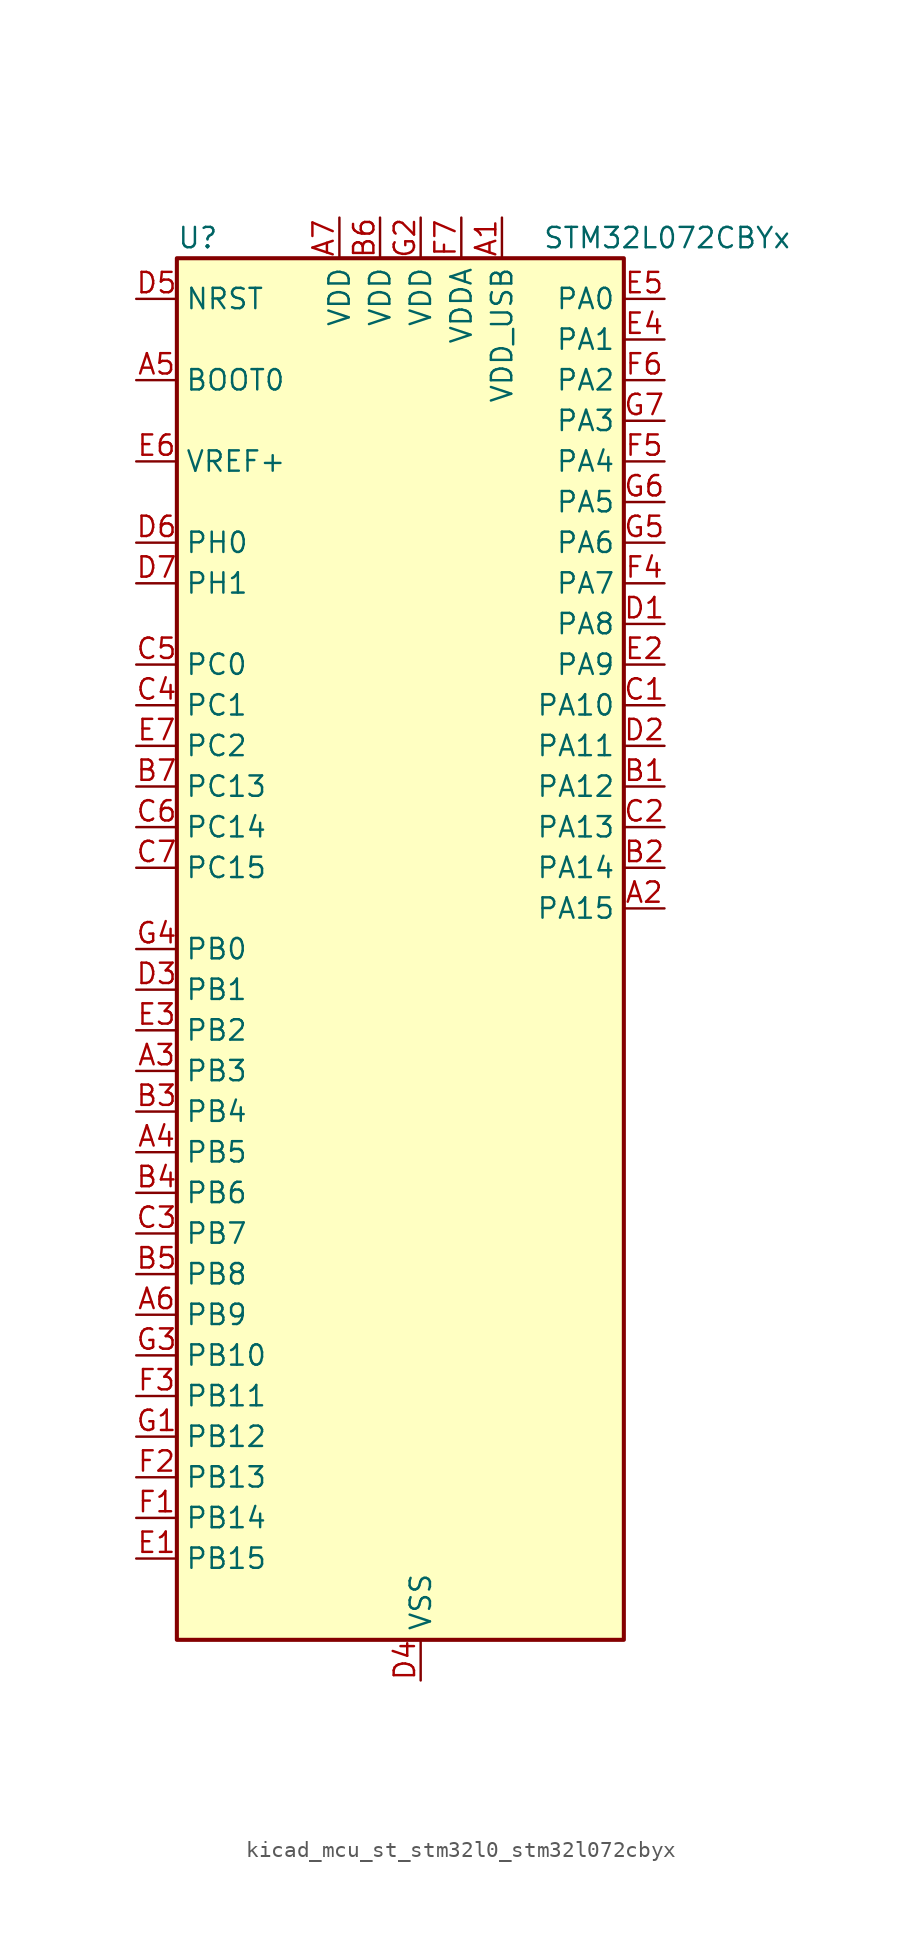
<source format=kicad_sym>
(kicad_symbol_lib
  (version 20220914)
  (generator kicad_symbol_editor)
  (symbol "kicad_mcu_st_stm32l0_stm32l072cbyx"
    (property "Reference" "U"
      (at -12.7 44.45 0)
      (effects (font (size 1.27 1.27)) (justify left)))
    (property "Value" "STM32L072CBYx"
      (at 10.16 44.45 0)
      (effects (font (size 1.27 1.27)) (justify left)))
    (property "ki_locked" ""
      (at 0 0 0)
      (effects (font (size 1.27 1.27))))
    (symbol "kicad_mcu_st_stm32l0_stm32l072cbyx_0_1"
      (rectangle (start -12.7 -43.18) (end 15.24 43.18) (stroke (width 0.254) (type default)) (fill (type background))))
    (symbol "kicad_mcu_st_stm32l0_stm32l072cbyx_1_1"
      (pin power_in line (at 7.62 45.72 270) (length 2.54) (name "VDD_USB" (effects (font (size 1.27 1.27)))) (number "A1" (effects (font (size 1.27 1.27)))))
      (pin bidirectional line (at 17.78 2.54 180) (length 2.54) (name "PA15" (effects (font (size 1.27 1.27)))) (number "A2" (effects (font (size 1.27 1.27)))) (alternate "SPI1_NSS" bidirectional line) (alternate "TIM2_CH1" bidirectional line) (alternate "TIM2_ETR" bidirectional line) (alternate "USART2_RX" bidirectional line) (alternate "USART4_DE" bidirectional line) (alternate "USART4_RTS" bidirectional line))
      (pin bidirectional line (at -15.24 -7.62 0) (length 2.54) (name "PB3" (effects (font (size 1.27 1.27)))) (number "A3" (effects (font (size 1.27 1.27)))) (alternate "COMP2_INM" bidirectional line) (alternate "SPI1_SCK" bidirectional line) (alternate "TIM2_CH2" bidirectional line) (alternate "TSC_G5_IO1" bidirectional line) (alternate "USART1_DE" bidirectional line) (alternate "USART1_RTS" bidirectional line) (alternate "USART5_TX" bidirectional line))
      (pin bidirectional line (at -15.24 -12.7 0) (length 2.54) (name "PB5" (effects (font (size 1.27 1.27)))) (number "A4" (effects (font (size 1.27 1.27)))) (alternate "COMP2_INP" bidirectional line) (alternate "I2C1_SMBA" bidirectional line) (alternate "LPTIM1_IN1" bidirectional line) (alternate "SPI1_MOSI" bidirectional line) (alternate "TIM22_CH2" bidirectional line) (alternate "TIM3_CH2" bidirectional line) (alternate "USART1_CK" bidirectional line) (alternate "USART5_CK" bidirectional line) (alternate "USART5_DE" bidirectional line) (alternate "USART5_RTS" bidirectional line))
      (pin input line (at -15.24 35.56 0) (length 2.54) (name "BOOT0" (effects (font (size 1.27 1.27)))) (number "A5" (effects (font (size 1.27 1.27)))))
      (pin bidirectional line (at -15.24 -22.86 0) (length 2.54) (name "PB9" (effects (font (size 1.27 1.27)))) (number "A6" (effects (font (size 1.27 1.27)))) (alternate "DAC_EXTI9" bidirectional line) (alternate "I2C1_SDA" bidirectional line) (alternate "I2S2_WS" bidirectional line) (alternate "SPI2_NSS" bidirectional line))
      (pin power_in line (at -2.54 45.72 270) (length 2.54) (name "VDD" (effects (font (size 1.27 1.27)))) (number "A7" (effects (font (size 1.27 1.27)))))
      (pin bidirectional line (at 17.78 10.16 180) (length 2.54) (name "PA12" (effects (font (size 1.27 1.27)))) (number "B1" (effects (font (size 1.27 1.27)))) (alternate "COMP2_OUT" bidirectional line) (alternate "SPI1_MOSI" bidirectional line) (alternate "TSC_G4_IO4" bidirectional line) (alternate "USART1_DE" bidirectional line) (alternate "USART1_RTS" bidirectional line) (alternate "USB_DP" bidirectional line))
      (pin bidirectional line (at 17.78 5.08 180) (length 2.54) (name "PA14" (effects (font (size 1.27 1.27)))) (number "B2" (effects (font (size 1.27 1.27)))) (alternate "LPUART1_TX" bidirectional line) (alternate "SYS_SWCLK" bidirectional line) (alternate "USART2_TX" bidirectional line))
      (pin bidirectional line (at -15.24 -10.16 0) (length 2.54) (name "PB4" (effects (font (size 1.27 1.27)))) (number "B3" (effects (font (size 1.27 1.27)))) (alternate "COMP2_INP" bidirectional line) (alternate "I2C3_SDA" bidirectional line) (alternate "SPI1_MISO" bidirectional line) (alternate "TIM22_CH1" bidirectional line) (alternate "TIM3_CH1" bidirectional line) (alternate "TSC_G5_IO2" bidirectional line) (alternate "USART1_CTS" bidirectional line) (alternate "USART5_RX" bidirectional line))
      (pin bidirectional line (at -15.24 -15.24 0) (length 2.54) (name "PB6" (effects (font (size 1.27 1.27)))) (number "B4" (effects (font (size 1.27 1.27)))) (alternate "COMP2_INP" bidirectional line) (alternate "I2C1_SCL" bidirectional line) (alternate "LPTIM1_ETR" bidirectional line) (alternate "TSC_G5_IO3" bidirectional line) (alternate "USART1_TX" bidirectional line))
      (pin bidirectional line (at -15.24 -20.32 0) (length 2.54) (name "PB8" (effects (font (size 1.27 1.27)))) (number "B5" (effects (font (size 1.27 1.27)))) (alternate "I2C1_SCL" bidirectional line) (alternate "TSC_SYNC" bidirectional line))
      (pin power_in line (at 0 45.72 270) (length 2.54) (name "VDD" (effects (font (size 1.27 1.27)))) (number "B6" (effects (font (size 1.27 1.27)))))
      (pin bidirectional line (at -15.24 10.16 0) (length 2.54) (name "PC13" (effects (font (size 1.27 1.27)))) (number "B7" (effects (font (size 1.27 1.27)))) (alternate "RTC_OUT_ALARM" bidirectional line) (alternate "RTC_OUT_CALIB" bidirectional line) (alternate "RTC_TAMP1" bidirectional line) (alternate "RTC_TS" bidirectional line) (alternate "SYS_WKUP2" bidirectional line))
      (pin bidirectional line (at 17.78 15.24 180) (length 2.54) (name "PA10" (effects (font (size 1.27 1.27)))) (number "C1" (effects (font (size 1.27 1.27)))) (alternate "I2C1_SDA" bidirectional line) (alternate "TSC_G4_IO2" bidirectional line) (alternate "USART1_RX" bidirectional line))
      (pin bidirectional line (at 17.78 7.62 180) (length 2.54) (name "PA13" (effects (font (size 1.27 1.27)))) (number "C2" (effects (font (size 1.27 1.27)))) (alternate "LPUART1_RX" bidirectional line) (alternate "SYS_SWDIO" bidirectional line) (alternate "USB_NOE" bidirectional line))
      (pin bidirectional line (at -15.24 -17.78 0) (length 2.54) (name "PB7" (effects (font (size 1.27 1.27)))) (number "C3" (effects (font (size 1.27 1.27)))) (alternate "COMP2_INP" bidirectional line) (alternate "I2C1_SDA" bidirectional line) (alternate "LPTIM1_IN2" bidirectional line) (alternate "SYS_PVD_IN" bidirectional line) (alternate "TSC_G5_IO4" bidirectional line) (alternate "USART1_RX" bidirectional line) (alternate "USART4_CTS" bidirectional line))
      (pin bidirectional line (at -15.24 15.24 0) (length 2.54) (name "PC1" (effects (font (size 1.27 1.27)))) (number "C4" (effects (font (size 1.27 1.27)))) (alternate "ADC_IN11" bidirectional line) (alternate "I2C3_SDA" bidirectional line) (alternate "LPTIM1_OUT" bidirectional line) (alternate "LPUART1_TX" bidirectional line) (alternate "TSC_G7_IO2" bidirectional line))
      (pin bidirectional line (at -15.24 17.78 0) (length 2.54) (name "PC0" (effects (font (size 1.27 1.27)))) (number "C5" (effects (font (size 1.27 1.27)))) (alternate "ADC_IN10" bidirectional line) (alternate "I2C3_SCL" bidirectional line) (alternate "LPTIM1_IN1" bidirectional line) (alternate "LPUART1_RX" bidirectional line) (alternate "TSC_G7_IO1" bidirectional line))
      (pin bidirectional line (at -15.24 7.62 0) (length 2.54) (name "PC14" (effects (font (size 1.27 1.27)))) (number "C6" (effects (font (size 1.27 1.27)))) (alternate "RCC_OSC32_IN" bidirectional line))
      (pin bidirectional line (at -15.24 5.08 0) (length 2.54) (name "PC15" (effects (font (size 1.27 1.27)))) (number "C7" (effects (font (size 1.27 1.27)))) (alternate "RCC_OSC32_OUT" bidirectional line))
      (pin bidirectional line (at 17.78 20.32 180) (length 2.54) (name "PA8" (effects (font (size 1.27 1.27)))) (number "D1" (effects (font (size 1.27 1.27)))) (alternate "CRS_SYNC" bidirectional line) (alternate "I2C3_SCL" bidirectional line) (alternate "RCC_MCO" bidirectional line) (alternate "USART1_CK" bidirectional line))
      (pin bidirectional line (at 17.78 12.7 180) (length 2.54) (name "PA11" (effects (font (size 1.27 1.27)))) (number "D2" (effects (font (size 1.27 1.27)))) (alternate "ADC_EXTI11" bidirectional line) (alternate "COMP1_OUT" bidirectional line) (alternate "SPI1_MISO" bidirectional line) (alternate "TSC_G4_IO3" bidirectional line) (alternate "USART1_CTS" bidirectional line) (alternate "USB_DM" bidirectional line))
      (pin bidirectional line (at -15.24 -2.54 0) (length 2.54) (name "PB1" (effects (font (size 1.27 1.27)))) (number "D3" (effects (font (size 1.27 1.27)))) (alternate "ADC_IN9" bidirectional line) (alternate "LPUART1_DE" bidirectional line) (alternate "LPUART1_RTS" bidirectional line) (alternate "SYS_VREF_OUT_PB1" bidirectional line) (alternate "TIM3_CH4" bidirectional line) (alternate "TSC_G3_IO3" bidirectional line))
      (pin power_in line (at 2.54 -45.72 90) (length 2.54) (name "VSS" (effects (font (size 1.27 1.27)))) (number "D4" (effects (font (size 1.27 1.27)))))
      (pin input line (at -15.24 40.64 0) (length 2.54) (name "NRST" (effects (font (size 1.27 1.27)))) (number "D5" (effects (font (size 1.27 1.27)))))
      (pin bidirectional line (at -15.24 25.4 0) (length 2.54) (name "PH0" (effects (font (size 1.27 1.27)))) (number "D6" (effects (font (size 1.27 1.27)))) (alternate "CRS_SYNC" bidirectional line) (alternate "RCC_OSC_IN" bidirectional line))
      (pin bidirectional line (at -15.24 22.86 0) (length 2.54) (name "PH1" (effects (font (size 1.27 1.27)))) (number "D7" (effects (font (size 1.27 1.27)))) (alternate "RCC_OSC_OUT" bidirectional line))
      (pin bidirectional line (at -15.24 -38.1 0) (length 2.54) (name "PB15" (effects (font (size 1.27 1.27)))) (number "E1" (effects (font (size 1.27 1.27)))) (alternate "I2S2_SD" bidirectional line) (alternate "RTC_REFIN" bidirectional line) (alternate "SPI2_MOSI" bidirectional line))
      (pin bidirectional line (at 17.78 17.78 180) (length 2.54) (name "PA9" (effects (font (size 1.27 1.27)))) (number "E2" (effects (font (size 1.27 1.27)))) (alternate "DAC_EXTI9" bidirectional line) (alternate "I2C1_SCL" bidirectional line) (alternate "I2C3_SMBA" bidirectional line) (alternate "RCC_MCO" bidirectional line) (alternate "TSC_G4_IO1" bidirectional line) (alternate "USART1_TX" bidirectional line))
      (pin bidirectional line (at -15.24 -5.08 0) (length 2.54) (name "PB2" (effects (font (size 1.27 1.27)))) (number "E3" (effects (font (size 1.27 1.27)))) (alternate "I2C3_SMBA" bidirectional line) (alternate "LPTIM1_OUT" bidirectional line) (alternate "TSC_G3_IO4" bidirectional line))
      (pin bidirectional line (at 17.78 38.1 180) (length 2.54) (name "PA1" (effects (font (size 1.27 1.27)))) (number "E4" (effects (font (size 1.27 1.27)))) (alternate "ADC_IN1" bidirectional line) (alternate "COMP1_INP" bidirectional line) (alternate "TIM21_ETR" bidirectional line) (alternate "TIM2_CH2" bidirectional line) (alternate "TSC_G1_IO2" bidirectional line) (alternate "USART2_DE" bidirectional line) (alternate "USART2_RTS" bidirectional line) (alternate "USART4_RX" bidirectional line))
      (pin bidirectional line (at 17.78 40.64 180) (length 2.54) (name "PA0" (effects (font (size 1.27 1.27)))) (number "E5" (effects (font (size 1.27 1.27)))) (alternate "ADC_IN0" bidirectional line) (alternate "COMP1_INM" bidirectional line) (alternate "COMP1_OUT" bidirectional line) (alternate "RTC_TAMP2" bidirectional line) (alternate "SYS_WKUP1" bidirectional line) (alternate "TIM2_CH1" bidirectional line) (alternate "TIM2_ETR" bidirectional line) (alternate "TSC_G1_IO1" bidirectional line) (alternate "USART2_CTS" bidirectional line) (alternate "USART4_TX" bidirectional line))
      (pin input line (at -15.24 30.48 0) (length 2.54) (name "VREF+" (effects (font (size 1.27 1.27)))) (number "E6" (effects (font (size 1.27 1.27)))))
      (pin bidirectional line (at -15.24 12.7 0) (length 2.54) (name "PC2" (effects (font (size 1.27 1.27)))) (number "E7" (effects (font (size 1.27 1.27)))) (alternate "ADC_IN12" bidirectional line) (alternate "I2S2_MCK" bidirectional line) (alternate "LPTIM1_IN2" bidirectional line) (alternate "SPI2_MISO" bidirectional line) (alternate "TSC_G7_IO3" bidirectional line))
      (pin bidirectional line (at -15.24 -35.56 0) (length 2.54) (name "PB14" (effects (font (size 1.27 1.27)))) (number "F1" (effects (font (size 1.27 1.27)))) (alternate "I2C2_SDA" bidirectional line) (alternate "I2S2_MCK" bidirectional line) (alternate "LPUART1_DE" bidirectional line) (alternate "LPUART1_RTS" bidirectional line) (alternate "RTC_OUT_ALARM" bidirectional line) (alternate "RTC_OUT_CALIB" bidirectional line) (alternate "SPI2_MISO" bidirectional line) (alternate "TIM21_CH2" bidirectional line) (alternate "TSC_G6_IO4" bidirectional line))
      (pin bidirectional line (at -15.24 -33.02 0) (length 2.54) (name "PB13" (effects (font (size 1.27 1.27)))) (number "F2" (effects (font (size 1.27 1.27)))) (alternate "I2C2_SCL" bidirectional line) (alternate "I2S2_CK" bidirectional line) (alternate "LPUART1_CTS" bidirectional line) (alternate "RCC_MCO" bidirectional line) (alternate "SPI2_SCK" bidirectional line) (alternate "TIM21_CH1" bidirectional line) (alternate "TSC_G6_IO3" bidirectional line))
      (pin bidirectional line (at -15.24 -27.94 0) (length 2.54) (name "PB11" (effects (font (size 1.27 1.27)))) (number "F3" (effects (font (size 1.27 1.27)))) (alternate "ADC_EXTI11" bidirectional line) (alternate "I2C2_SDA" bidirectional line) (alternate "LPUART1_RX" bidirectional line) (alternate "LPUART1_TX" bidirectional line) (alternate "TIM2_CH4" bidirectional line) (alternate "TSC_G6_IO1" bidirectional line))
      (pin bidirectional line (at 17.78 22.86 180) (length 2.54) (name "PA7" (effects (font (size 1.27 1.27)))) (number "F4" (effects (font (size 1.27 1.27)))) (alternate "ADC_IN7" bidirectional line) (alternate "COMP2_OUT" bidirectional line) (alternate "SPI1_MOSI" bidirectional line) (alternate "TIM22_CH2" bidirectional line) (alternate "TIM3_CH2" bidirectional line) (alternate "TSC_G2_IO4" bidirectional line))
      (pin bidirectional line (at 17.78 30.48 180) (length 2.54) (name "PA4" (effects (font (size 1.27 1.27)))) (number "F5" (effects (font (size 1.27 1.27)))) (alternate "ADC_IN4" bidirectional line) (alternate "COMP1_INM" bidirectional line) (alternate "COMP2_INM" bidirectional line) (alternate "DAC_OUT1" bidirectional line) (alternate "SPI1_NSS" bidirectional line) (alternate "TIM22_ETR" bidirectional line) (alternate "TSC_G2_IO1" bidirectional line) (alternate "USART2_CK" bidirectional line))
      (pin bidirectional line (at 17.78 35.56 180) (length 2.54) (name "PA2" (effects (font (size 1.27 1.27)))) (number "F6" (effects (font (size 1.27 1.27)))) (alternate "ADC_IN2" bidirectional line) (alternate "COMP2_INM" bidirectional line) (alternate "COMP2_OUT" bidirectional line) (alternate "LPUART1_TX" bidirectional line) (alternate "TIM21_CH1" bidirectional line) (alternate "TIM2_CH3" bidirectional line) (alternate "TSC_G1_IO3" bidirectional line) (alternate "USART2_TX" bidirectional line))
      (pin power_in line (at 5.08 45.72 270) (length 2.54) (name "VDDA" (effects (font (size 1.27 1.27)))) (number "F7" (effects (font (size 1.27 1.27)))))
      (pin bidirectional line (at -15.24 -30.48 0) (length 2.54) (name "PB12" (effects (font (size 1.27 1.27)))) (number "G1" (effects (font (size 1.27 1.27)))) (alternate "I2S2_WS" bidirectional line) (alternate "LPUART1_DE" bidirectional line) (alternate "LPUART1_RTS" bidirectional line) (alternate "SPI2_NSS" bidirectional line) (alternate "TSC_G6_IO2" bidirectional line))
      (pin power_in line (at 2.54 45.72 270) (length 2.54) (name "VDD" (effects (font (size 1.27 1.27)))) (number "G2" (effects (font (size 1.27 1.27)))))
      (pin bidirectional line (at -15.24 -25.4 0) (length 2.54) (name "PB10" (effects (font (size 1.27 1.27)))) (number "G3" (effects (font (size 1.27 1.27)))) (alternate "I2C2_SCL" bidirectional line) (alternate "LPUART1_RX" bidirectional line) (alternate "LPUART1_TX" bidirectional line) (alternate "SPI2_SCK" bidirectional line) (alternate "TIM2_CH3" bidirectional line) (alternate "TSC_SYNC" bidirectional line))
      (pin bidirectional line (at -15.24 0 0) (length 2.54) (name "PB0" (effects (font (size 1.27 1.27)))) (number "G4" (effects (font (size 1.27 1.27)))) (alternate "ADC_IN8" bidirectional line) (alternate "SYS_VREF_OUT_PB0" bidirectional line) (alternate "TIM3_CH3" bidirectional line) (alternate "TSC_G3_IO2" bidirectional line))
      (pin bidirectional line (at 17.78 25.4 180) (length 2.54) (name "PA6" (effects (font (size 1.27 1.27)))) (number "G5" (effects (font (size 1.27 1.27)))) (alternate "ADC_IN6" bidirectional line) (alternate "COMP1_OUT" bidirectional line) (alternate "LPUART1_CTS" bidirectional line) (alternate "SPI1_MISO" bidirectional line) (alternate "TIM22_CH1" bidirectional line) (alternate "TIM3_CH1" bidirectional line) (alternate "TSC_G2_IO3" bidirectional line))
      (pin bidirectional line (at 17.78 27.94 180) (length 2.54) (name "PA5" (effects (font (size 1.27 1.27)))) (number "G6" (effects (font (size 1.27 1.27)))) (alternate "ADC_IN5" bidirectional line) (alternate "COMP1_INM" bidirectional line) (alternate "COMP2_INM" bidirectional line) (alternate "DAC_OUT2" bidirectional line) (alternate "SPI1_SCK" bidirectional line) (alternate "TIM2_CH1" bidirectional line) (alternate "TIM2_ETR" bidirectional line) (alternate "TSC_G2_IO2" bidirectional line))
      (pin bidirectional line (at 17.78 33.02 180) (length 2.54) (name "PA3" (effects (font (size 1.27 1.27)))) (number "G7" (effects (font (size 1.27 1.27)))) (alternate "ADC_IN3" bidirectional line) (alternate "COMP2_INP" bidirectional line) (alternate "LPUART1_RX" bidirectional line) (alternate "TIM21_CH2" bidirectional line) (alternate "TIM2_CH4" bidirectional line) (alternate "TSC_G1_IO4" bidirectional line) (alternate "USART2_RX" bidirectional line)))))
</source>
